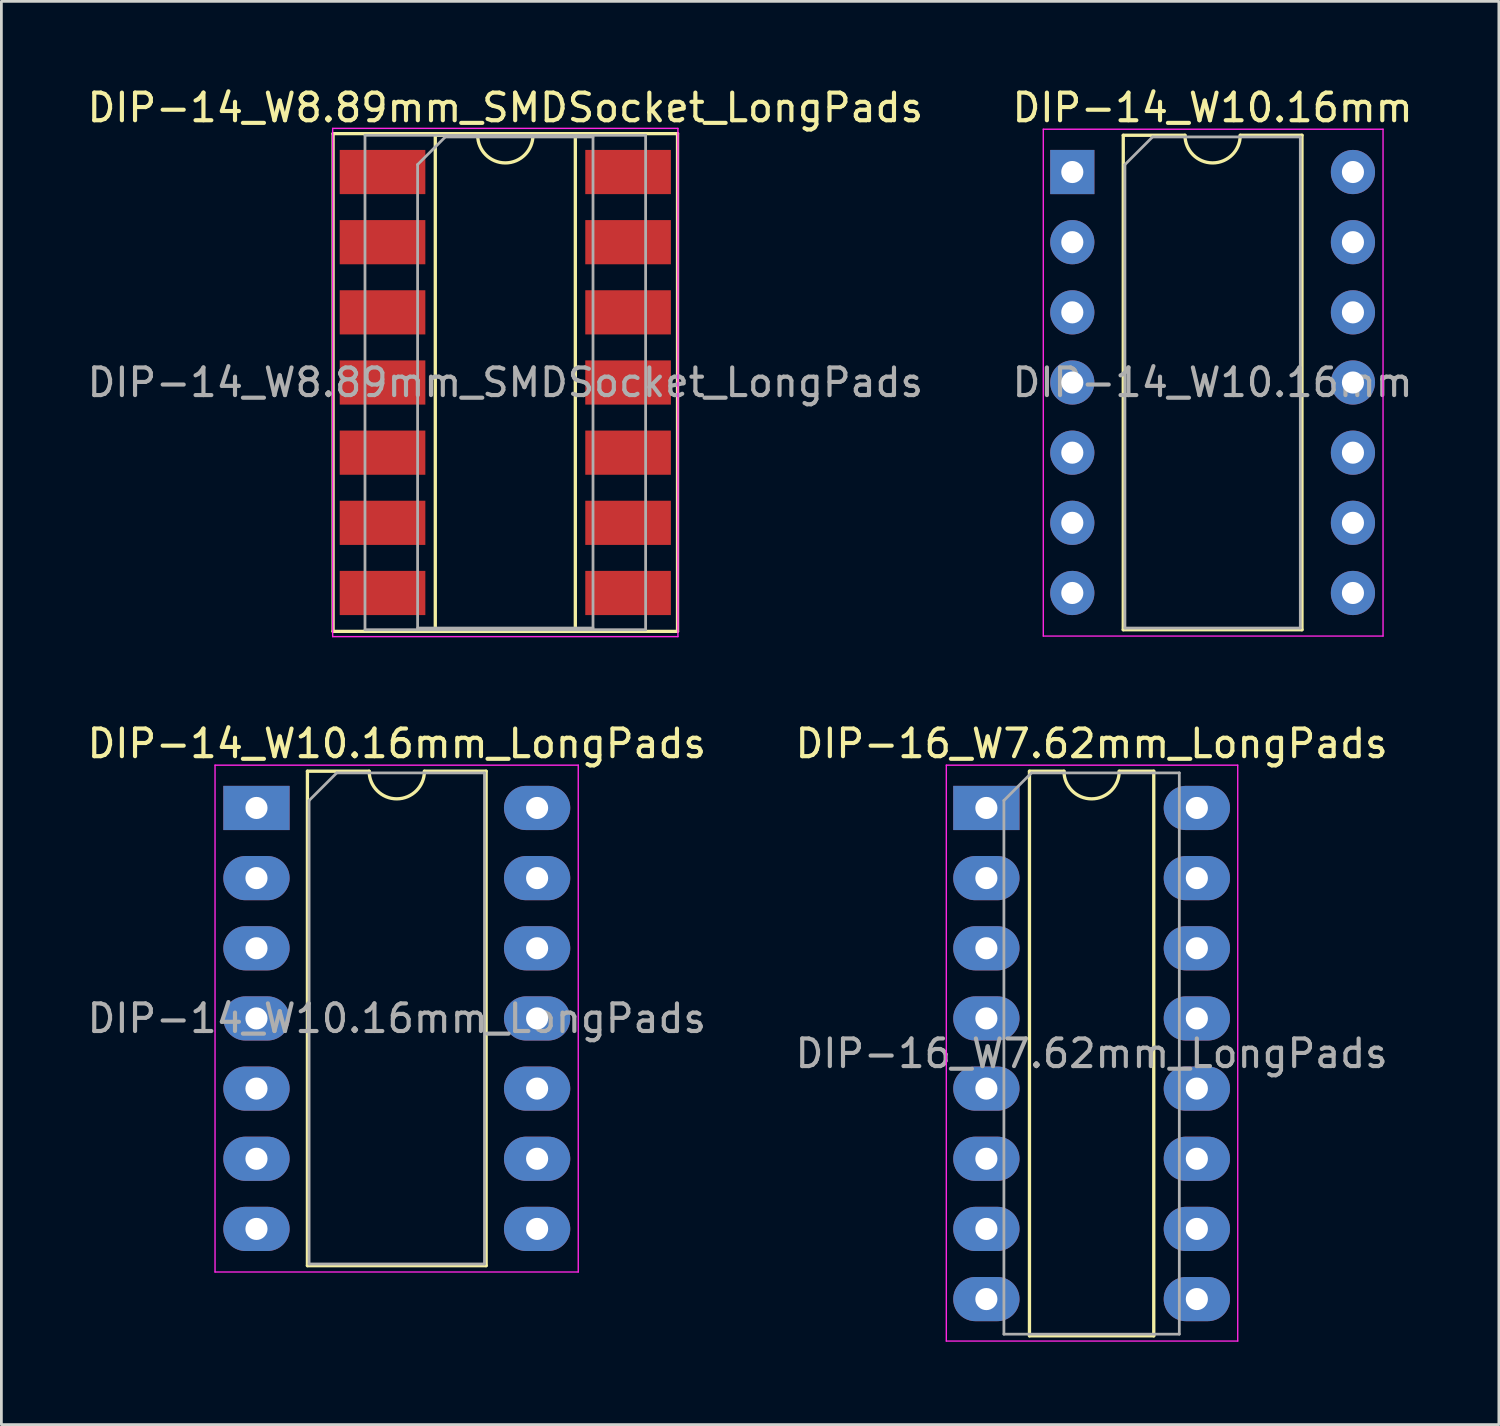
<source format=kicad_pcb>
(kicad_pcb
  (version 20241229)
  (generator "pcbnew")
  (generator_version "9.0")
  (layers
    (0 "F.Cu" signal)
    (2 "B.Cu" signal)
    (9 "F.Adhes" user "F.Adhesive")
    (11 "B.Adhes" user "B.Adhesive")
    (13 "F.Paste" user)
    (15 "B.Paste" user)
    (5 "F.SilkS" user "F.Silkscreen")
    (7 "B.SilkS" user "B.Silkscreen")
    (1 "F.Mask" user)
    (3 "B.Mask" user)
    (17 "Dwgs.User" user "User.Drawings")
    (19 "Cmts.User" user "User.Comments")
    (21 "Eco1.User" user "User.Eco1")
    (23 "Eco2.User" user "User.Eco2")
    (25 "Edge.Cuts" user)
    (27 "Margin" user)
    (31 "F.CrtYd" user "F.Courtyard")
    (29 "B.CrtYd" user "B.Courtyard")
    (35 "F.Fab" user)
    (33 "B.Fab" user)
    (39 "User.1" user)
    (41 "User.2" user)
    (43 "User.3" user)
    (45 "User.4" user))
  (footprint "DIP-14_W10.16mm_LongPads"
    (layer "F.Cu")
    (at 6.235 26.201)
    (property "Reference" "DIP-14_W10.16mm_LongPads" (at 5.08 -2.33 0) (layer "F.SilkS") (effects (font (size 1 1) (thickness 0.15))))
    (attr through_hole)
    (fp_line (start 1.845 -1.33) (end 1.845 16.57) (stroke (width 0.12) (type solid)) (layer "F.SilkS"))
    (fp_line (start 1.845 16.57) (end 8.315 16.57) (stroke (width 0.12) (type solid)) (layer "F.SilkS"))
    (fp_line (start 4.08 -1.33) (end 1.845 -1.33) (stroke (width 0.12) (type solid)) (layer "F.SilkS"))
    (fp_line (start 8.315 -1.33) (end 6.08 -1.33) (stroke (width 0.12) (type solid)) (layer "F.SilkS"))
    (fp_line (start 8.315 16.57) (end 8.315 -1.33) (stroke (width 0.12) (type solid)) (layer "F.SilkS"))
    (fp_arc (start 6.08 -1.33) (mid 5.08 -0.33) (end 4.08 -1.33) (stroke (width 0.12) (type solid)) (layer "F.SilkS"))
    (fp_line (start -1.5 -1.55) (end -1.5 16.8) (stroke (width 0.05) (type solid)) (layer "F.CrtYd"))
    (fp_line (start -1.5 16.8) (end 11.65 16.8) (stroke (width 0.05) (type solid)) (layer "F.CrtYd"))
    (fp_line (start 11.65 -1.55) (end -1.5 -1.55) (stroke (width 0.05) (type solid)) (layer "F.CrtYd"))
    (fp_line (start 11.65 16.8) (end 11.65 -1.55) (stroke (width 0.05) (type solid)) (layer "F.CrtYd"))
    (fp_line (start 1.905 -0.27) (end 2.905 -1.27) (stroke (width 0.1) (type solid)) (layer "F.Fab"))
    (fp_line (start 1.905 16.51) (end 1.905 -0.27) (stroke (width 0.1) (type solid)) (layer "F.Fab"))
    (fp_line (start 2.905 -1.27) (end 8.255 -1.27) (stroke (width 0.1) (type solid)) (layer "F.Fab"))
    (fp_line (start 8.255 -1.27) (end 8.255 16.51) (stroke (width 0.1) (type solid)) (layer "F.Fab"))
    (fp_line (start 8.255 16.51) (end 1.905 16.51) (stroke (width 0.1) (type solid)) (layer "F.Fab"))
    (fp_text user "${REFERENCE}" (at 5.08 7.62 0) (layer "F.Fab") (effects (font (size 1 1) (thickness 0.15))))
    (pad "1" thru_hole rect (at 0 0) (size 2.4 1.6) (drill 0.8) (layers "*.Cu" "*.Mask"))
    (pad "2" thru_hole oval (at 0 2.54) (size 2.4 1.6) (drill 0.8) (layers "*.Cu" "*.Mask"))
    (pad "3" thru_hole oval (at 0 5.08) (size 2.4 1.6) (drill 0.8) (layers "*.Cu" "*.Mask"))
    (pad "4" thru_hole oval (at 0 7.62) (size 2.4 1.6) (drill 0.8) (layers "*.Cu" "*.Mask"))
    (pad "5" thru_hole oval (at 0 10.16) (size 2.4 1.6) (drill 0.8) (layers "*.Cu" "*.Mask"))
    (pad "6" thru_hole oval (at 0 12.7) (size 2.4 1.6) (drill 0.8) (layers "*.Cu" "*.Mask"))
    (pad "7" thru_hole oval (at 0 15.24) (size 2.4 1.6) (drill 0.8) (layers "*.Cu" "*.Mask"))
    (pad "8" thru_hole oval (at 10.16 15.24) (size 2.4 1.6) (drill 0.8) (layers "*.Cu" "*.Mask"))
    (pad "9" thru_hole oval (at 10.16 12.7) (size 2.4 1.6) (drill 0.8) (layers "*.Cu" "*.Mask"))
    (pad "10" thru_hole oval (at 10.16 10.16) (size 2.4 1.6) (drill 0.8) (layers "*.Cu" "*.Mask"))
    (pad "11" thru_hole oval (at 10.16 7.62) (size 2.4 1.6) (drill 0.8) (layers "*.Cu" "*.Mask"))
    (pad "12" thru_hole oval (at 10.16 5.08) (size 2.4 1.6) (drill 0.8) (layers "*.Cu" "*.Mask"))
    (pad "13" thru_hole oval (at 10.16 2.54) (size 2.4 1.6) (drill 0.8) (layers "*.Cu" "*.Mask"))
    (pad "14" thru_hole oval (at 10.16 0) (size 2.4 1.6) (drill 0.8) (layers "*.Cu" "*.Mask")))
  (footprint "DIP-16_W7.62mm_LongPads"
    (layer "F.Cu")
    (at 32.66 26.201)
    (property "Reference" "DIP-16_W7.62mm_LongPads" (at 3.81 -2.33 0) (layer "F.SilkS") (effects (font (size 1 1) (thickness 0.15))))
    (attr through_hole)
    (fp_line (start 1.56 -1.33) (end 1.56 19.11) (stroke (width 0.12) (type solid)) (layer "F.SilkS"))
    (fp_line (start 1.56 19.11) (end 6.06 19.11) (stroke (width 0.12) (type solid)) (layer "F.SilkS"))
    (fp_line (start 2.81 -1.33) (end 1.56 -1.33) (stroke (width 0.12) (type solid)) (layer "F.SilkS"))
    (fp_line (start 6.06 -1.33) (end 4.81 -1.33) (stroke (width 0.12) (type solid)) (layer "F.SilkS"))
    (fp_line (start 6.06 19.11) (end 6.06 -1.33) (stroke (width 0.12) (type solid)) (layer "F.SilkS"))
    (fp_arc (start 4.81 -1.33) (mid 3.81 -0.33) (end 2.81 -1.33) (stroke (width 0.12) (type solid)) (layer "F.SilkS"))
    (fp_line (start -1.45 -1.55) (end -1.45 19.3) (stroke (width 0.05) (type solid)) (layer "F.CrtYd"))
    (fp_line (start -1.45 19.3) (end 9.1 19.3) (stroke (width 0.05) (type solid)) (layer "F.CrtYd"))
    (fp_line (start 9.1 -1.55) (end -1.45 -1.55) (stroke (width 0.05) (type solid)) (layer "F.CrtYd"))
    (fp_line (start 9.1 19.3) (end 9.1 -1.55) (stroke (width 0.05) (type solid)) (layer "F.CrtYd"))
    (fp_line (start 0.635 -0.27) (end 1.635 -1.27) (stroke (width 0.1) (type solid)) (layer "F.Fab"))
    (fp_line (start 0.635 19.05) (end 0.635 -0.27) (stroke (width 0.1) (type solid)) (layer "F.Fab"))
    (fp_line (start 1.635 -1.27) (end 6.985 -1.27) (stroke (width 0.1) (type solid)) (layer "F.Fab"))
    (fp_line (start 6.985 -1.27) (end 6.985 19.05) (stroke (width 0.1) (type solid)) (layer "F.Fab"))
    (fp_line (start 6.985 19.05) (end 0.635 19.05) (stroke (width 0.1) (type solid)) (layer "F.Fab"))
    (fp_text user "${REFERENCE}" (at 3.81 8.89 0) (layer "F.Fab") (effects (font (size 1 1) (thickness 0.15))))
    (pad "1" thru_hole rect (at 0 0) (size 2.4 1.6) (drill 0.8) (layers "*.Cu" "*.Mask"))
    (pad "2" thru_hole oval (at 0 2.54) (size 2.4 1.6) (drill 0.8) (layers "*.Cu" "*.Mask"))
    (pad "3" thru_hole oval (at 0 5.08) (size 2.4 1.6) (drill 0.8) (layers "*.Cu" "*.Mask"))
    (pad "4" thru_hole oval (at 0 7.62) (size 2.4 1.6) (drill 0.8) (layers "*.Cu" "*.Mask"))
    (pad "5" thru_hole oval (at 0 10.16) (size 2.4 1.6) (drill 0.8) (layers "*.Cu" "*.Mask"))
    (pad "6" thru_hole oval (at 0 12.7) (size 2.4 1.6) (drill 0.8) (layers "*.Cu" "*.Mask"))
    (pad "7" thru_hole oval (at 0 15.24) (size 2.4 1.6) (drill 0.8) (layers "*.Cu" "*.Mask"))
    (pad "8" thru_hole oval (at 0 17.78) (size 2.4 1.6) (drill 0.8) (layers "*.Cu" "*.Mask"))
    (pad "9" thru_hole oval (at 7.62 17.78) (size 2.4 1.6) (drill 0.8) (layers "*.Cu" "*.Mask"))
    (pad "10" thru_hole oval (at 7.62 15.24) (size 2.4 1.6) (drill 0.8) (layers "*.Cu" "*.Mask"))
    (pad "11" thru_hole oval (at 7.62 12.7) (size 2.4 1.6) (drill 0.8) (layers "*.Cu" "*.Mask"))
    (pad "12" thru_hole oval (at 7.62 10.16) (size 2.4 1.6) (drill 0.8) (layers "*.Cu" "*.Mask"))
    (pad "13" thru_hole oval (at 7.62 7.62) (size 2.4 1.6) (drill 0.8) (layers "*.Cu" "*.Mask"))
    (pad "14" thru_hole oval (at 7.62 5.08) (size 2.4 1.6) (drill 0.8) (layers "*.Cu" "*.Mask"))
    (pad "15" thru_hole oval (at 7.62 2.54) (size 2.4 1.6) (drill 0.8) (layers "*.Cu" "*.Mask"))
    (pad "16" thru_hole oval (at 7.62 0) (size 2.4 1.6) (drill 0.8) (layers "*.Cu" "*.Mask")))
  (footprint "DIP-14_W8.89mm_SMDSocket_LongPads"
    (layer "F.Cu")
    (at 15.244 10.798)
    (property "Reference" "DIP-14_W8.89mm_SMDSocket_LongPads" (at 0 -9.95 0) (layer "F.SilkS") (effects (font (size 1 1) (thickness 0.15))))
    (attr smd)
    (fp_line (start -6.235 -9.01) (end -6.235 9.01) (stroke (width 0.12) (type solid)) (layer "F.SilkS"))
    (fp_line (start -6.235 9.01) (end 6.235 9.01) (stroke (width 0.12) (type solid)) (layer "F.SilkS"))
    (fp_line (start -2.535 -8.95) (end -2.535 8.95) (stroke (width 0.12) (type solid)) (layer "F.SilkS"))
    (fp_line (start -2.535 8.95) (end 2.535 8.95) (stroke (width 0.12) (type solid)) (layer "F.SilkS"))
    (fp_line (start -1 -8.95) (end -2.535 -8.95) (stroke (width 0.12) (type solid)) (layer "F.SilkS"))
    (fp_line (start 2.535 -8.95) (end 1 -8.95) (stroke (width 0.12) (type solid)) (layer "F.SilkS"))
    (fp_line (start 2.535 8.95) (end 2.535 -8.95) (stroke (width 0.12) (type solid)) (layer "F.SilkS"))
    (fp_line (start 6.235 -9.01) (end -6.235 -9.01) (stroke (width 0.12) (type solid)) (layer "F.SilkS"))
    (fp_line (start 6.235 9.01) (end 6.235 -9.01) (stroke (width 0.12) (type solid)) (layer "F.SilkS"))
    (fp_arc (start 1 -8.95) (mid 0 -7.95) (end -1 -8.95) (stroke (width 0.12) (type solid)) (layer "F.SilkS"))
    (fp_line (start -6.25 -9.2) (end -6.25 9.2) (stroke (width 0.05) (type solid)) (layer "F.CrtYd"))
    (fp_line (start -6.25 9.2) (end 6.25 9.2) (stroke (width 0.05) (type solid)) (layer "F.CrtYd"))
    (fp_line (start 6.25 -9.2) (end -6.25 -9.2) (stroke (width 0.05) (type solid)) (layer "F.CrtYd"))
    (fp_line (start 6.25 9.2) (end 6.25 -9.2) (stroke (width 0.05) (type solid)) (layer "F.CrtYd"))
    (fp_line (start -5.08 -8.95) (end -5.08 8.95) (stroke (width 0.1) (type solid)) (layer "F.Fab"))
    (fp_line (start -5.08 8.95) (end 5.08 8.95) (stroke (width 0.1) (type solid)) (layer "F.Fab"))
    (fp_line (start -3.175 -7.89) (end -2.175 -8.89) (stroke (width 0.1) (type solid)) (layer "F.Fab"))
    (fp_line (start -3.175 8.89) (end -3.175 -7.89) (stroke (width 0.1) (type solid)) (layer "F.Fab"))
    (fp_line (start -2.175 -8.89) (end 3.175 -8.89) (stroke (width 0.1) (type solid)) (layer "F.Fab"))
    (fp_line (start 3.175 -8.89) (end 3.175 8.89) (stroke (width 0.1) (type solid)) (layer "F.Fab"))
    (fp_line (start 3.175 8.89) (end -3.175 8.89) (stroke (width 0.1) (type solid)) (layer "F.Fab"))
    (fp_line (start 5.08 -8.95) (end -5.08 -8.95) (stroke (width 0.1) (type solid)) (layer "F.Fab"))
    (fp_line (start 5.08 8.95) (end 5.08 -8.95) (stroke (width 0.1) (type solid)) (layer "F.Fab"))
    (fp_text user "${REFERENCE}" (at 0 0 0) (layer "F.Fab") (effects (font (size 1 1) (thickness 0.15))))
    (pad "1" smd rect (at -4.445 -7.62) (size 3.1 1.6) (layers "F.Cu" "F.Mask" "F.Paste"))
    (pad "2" smd rect (at -4.445 -5.08) (size 3.1 1.6) (layers "F.Cu" "F.Mask" "F.Paste"))
    (pad "3" smd rect (at -4.445 -2.54) (size 3.1 1.6) (layers "F.Cu" "F.Mask" "F.Paste"))
    (pad "4" smd rect (at -4.445 0) (size 3.1 1.6) (layers "F.Cu" "F.Mask" "F.Paste"))
    (pad "5" smd rect (at -4.445 2.54) (size 3.1 1.6) (layers "F.Cu" "F.Mask" "F.Paste"))
    (pad "6" smd rect (at -4.445 5.08) (size 3.1 1.6) (layers "F.Cu" "F.Mask" "F.Paste"))
    (pad "7" smd rect (at -4.445 7.62) (size 3.1 1.6) (layers "F.Cu" "F.Mask" "F.Paste"))
    (pad "8" smd rect (at 4.445 7.62) (size 3.1 1.6) (layers "F.Cu" "F.Mask" "F.Paste"))
    (pad "9" smd rect (at 4.445 5.08) (size 3.1 1.6) (layers "F.Cu" "F.Mask" "F.Paste"))
    (pad "10" smd rect (at 4.445 2.54) (size 3.1 1.6) (layers "F.Cu" "F.Mask" "F.Paste"))
    (pad "11" smd rect (at 4.445 0) (size 3.1 1.6) (layers "F.Cu" "F.Mask" "F.Paste"))
    (pad "12" smd rect (at 4.445 -2.54) (size 3.1 1.6) (layers "F.Cu" "F.Mask" "F.Paste"))
    (pad "13" smd rect (at 4.445 -5.08) (size 3.1 1.6) (layers "F.Cu" "F.Mask" "F.Paste"))
    (pad "14" smd rect (at 4.445 -7.62) (size 3.1 1.6) (layers "F.Cu" "F.Mask" "F.Paste")))
  (footprint "DIP-14_W10.16mm"
    (layer "F.Cu")
    (at 35.771 3.178)
    (property "Reference" "DIP-14_W10.16mm" (at 5.08 -2.33 0) (layer "F.SilkS") (effects (font (size 1 1) (thickness 0.15))))
    (attr through_hole)
    (fp_line (start 1.845 -1.33) (end 1.845 16.57) (stroke (width 0.12) (type solid)) (layer "F.SilkS"))
    (fp_line (start 1.845 16.57) (end 8.315 16.57) (stroke (width 0.12) (type solid)) (layer "F.SilkS"))
    (fp_line (start 4.08 -1.33) (end 1.845 -1.33) (stroke (width 0.12) (type solid)) (layer "F.SilkS"))
    (fp_line (start 8.315 -1.33) (end 6.08 -1.33) (stroke (width 0.12) (type solid)) (layer "F.SilkS"))
    (fp_line (start 8.315 16.57) (end 8.315 -1.33) (stroke (width 0.12) (type solid)) (layer "F.SilkS"))
    (fp_arc (start 6.08 -1.33) (mid 5.08 -0.33) (end 4.08 -1.33) (stroke (width 0.12) (type solid)) (layer "F.SilkS"))
    (fp_line (start -1.05 -1.55) (end -1.05 16.8) (stroke (width 0.05) (type solid)) (layer "F.CrtYd"))
    (fp_line (start -1.05 16.8) (end 11.25 16.8) (stroke (width 0.05) (type solid)) (layer "F.CrtYd"))
    (fp_line (start 11.25 -1.55) (end -1.05 -1.55) (stroke (width 0.05) (type solid)) (layer "F.CrtYd"))
    (fp_line (start 11.25 16.8) (end 11.25 -1.55) (stroke (width 0.05) (type solid)) (layer "F.CrtYd"))
    (fp_line (start 1.905 -0.27) (end 2.905 -1.27) (stroke (width 0.1) (type solid)) (layer "F.Fab"))
    (fp_line (start 1.905 16.51) (end 1.905 -0.27) (stroke (width 0.1) (type solid)) (layer "F.Fab"))
    (fp_line (start 2.905 -1.27) (end 8.255 -1.27) (stroke (width 0.1) (type solid)) (layer "F.Fab"))
    (fp_line (start 8.255 -1.27) (end 8.255 16.51) (stroke (width 0.1) (type solid)) (layer "F.Fab"))
    (fp_line (start 8.255 16.51) (end 1.905 16.51) (stroke (width 0.1) (type solid)) (layer "F.Fab"))
    (fp_text user "${REFERENCE}" (at 5.08 7.62 0) (layer "F.Fab") (effects (font (size 1 1) (thickness 0.15))))
    (pad "1" thru_hole rect (at 0 0) (size 1.6 1.6) (drill 0.8) (layers "*.Cu" "*.Mask"))
    (pad "2" thru_hole oval (at 0 2.54) (size 1.6 1.6) (drill 0.8) (layers "*.Cu" "*.Mask"))
    (pad "3" thru_hole oval (at 0 5.08) (size 1.6 1.6) (drill 0.8) (layers "*.Cu" "*.Mask"))
    (pad "4" thru_hole oval (at 0 7.62) (size 1.6 1.6) (drill 0.8) (layers "*.Cu" "*.Mask"))
    (pad "5" thru_hole oval (at 0 10.16) (size 1.6 1.6) (drill 0.8) (layers "*.Cu" "*.Mask"))
    (pad "6" thru_hole oval (at 0 12.7) (size 1.6 1.6) (drill 0.8) (layers "*.Cu" "*.Mask"))
    (pad "7" thru_hole oval (at 0 15.24) (size 1.6 1.6) (drill 0.8) (layers "*.Cu" "*.Mask"))
    (pad "8" thru_hole oval (at 10.16 15.24) (size 1.6 1.6) (drill 0.8) (layers "*.Cu" "*.Mask"))
    (pad "9" thru_hole oval (at 10.16 12.7) (size 1.6 1.6) (drill 0.8) (layers "*.Cu" "*.Mask"))
    (pad "10" thru_hole oval (at 10.16 10.16) (size 1.6 1.6) (drill 0.8) (layers "*.Cu" "*.Mask"))
    (pad "11" thru_hole oval (at 10.16 7.62) (size 1.6 1.6) (drill 0.8) (layers "*.Cu" "*.Mask"))
    (pad "12" thru_hole oval (at 10.16 5.08) (size 1.6 1.6) (drill 0.8) (layers "*.Cu" "*.Mask"))
    (pad "13" thru_hole oval (at 10.16 2.54) (size 1.6 1.6) (drill 0.8) (layers "*.Cu" "*.Mask"))
    (pad "14" thru_hole oval (at 10.16 0) (size 1.6 1.6) (drill 0.8) (layers "*.Cu" "*.Mask")))
  (gr_rect
    (start -3 -3)
    (end 51.214 48.526)
    (stroke (width 0.1) (type default))
    (fill no)
    (layer "Edge.Cuts")))
</source>
